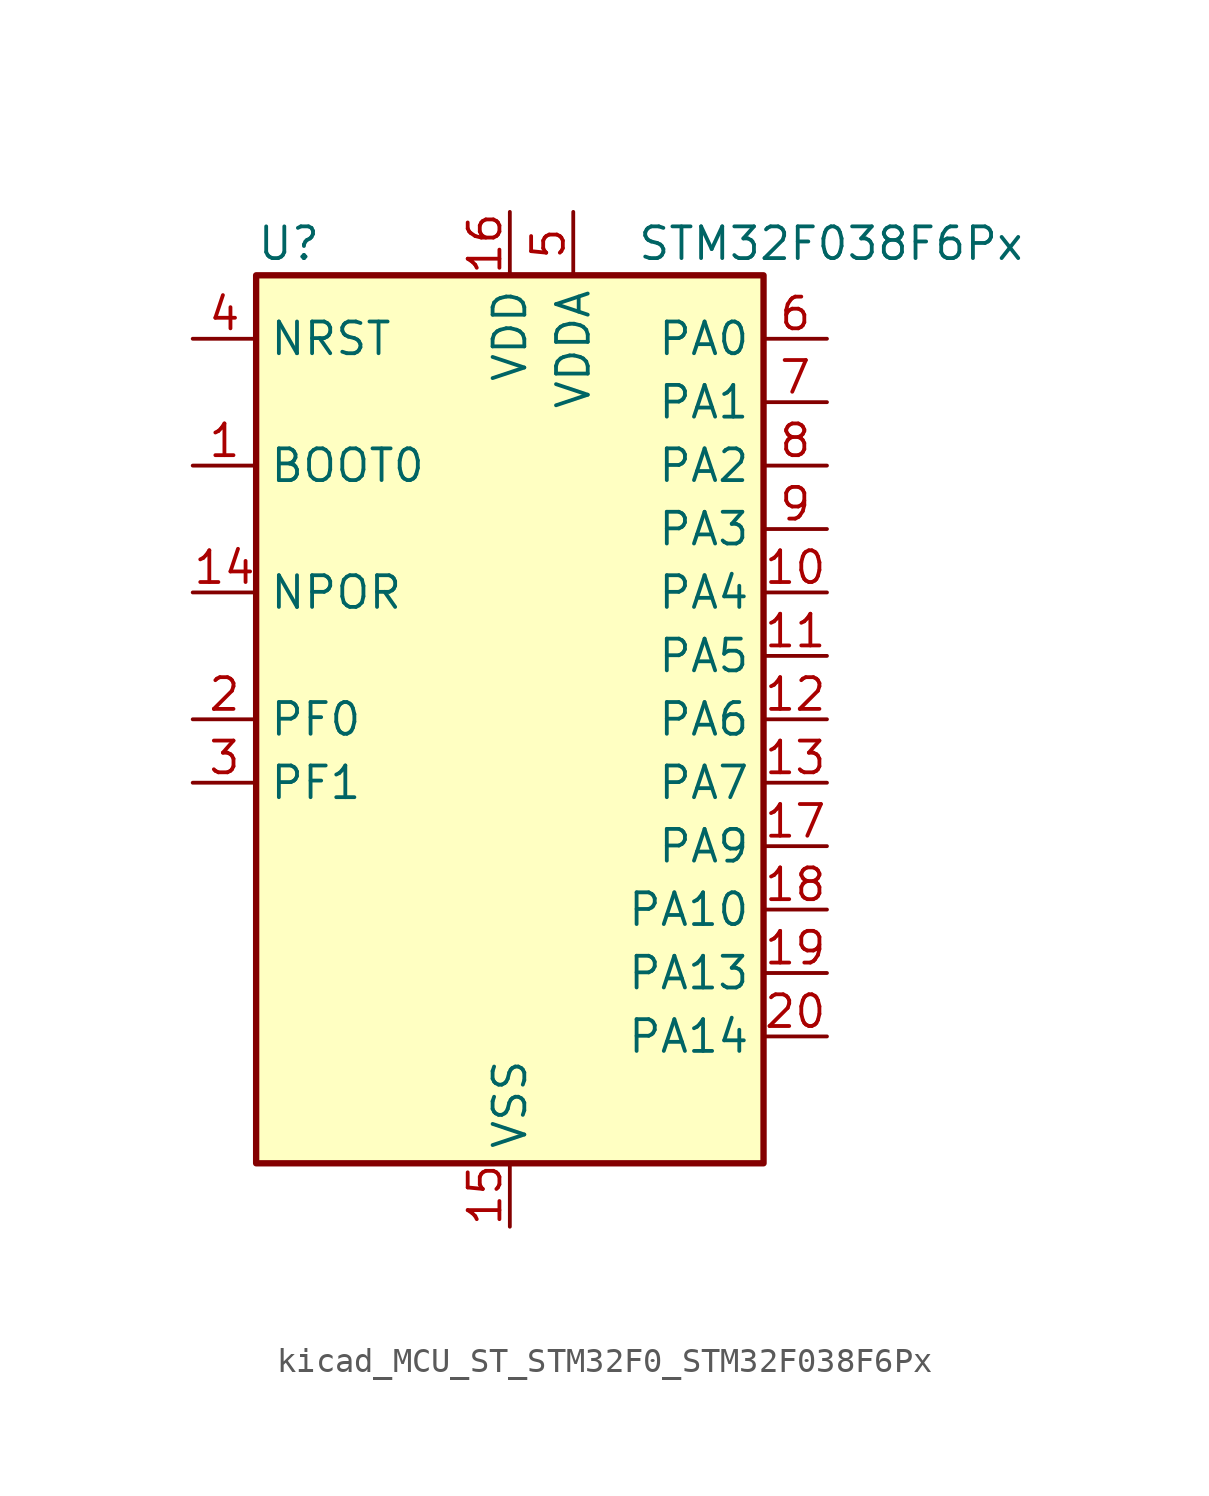
<source format=kicad_sym>
(kicad_symbol_lib
  (version 20220914)
  (generator kicad_symbol_editor)
  (symbol "kicad_MCU_ST_STM32F0_STM32F038F6Px"
    (property "Reference" "U"
      (at -10.16 19.05 0)
      (effects (font (size 1.27 1.27)) (justify left)))
    (property "Value" "STM32F038F6Px"
      (at 5.08 19.05 0)
      (effects (font (size 1.27 1.27)) (justify left)))
    (property "ki_locked" ""
      (at 0 0 0)
      (effects (font (size 1.27 1.27))))
    (symbol "kicad_MCU_ST_STM32F0_STM32F038F6Px_0_1"
      (rectangle (start -10.16 -17.78) (end 10.16 17.78) (stroke (width 0.254) (type default)) (fill (type background))))
    (symbol "kicad_MCU_ST_STM32F0_STM32F038F6Px_1_1"
      (pin input line (at -12.7 10.16 0) (length 2.54) (name "BOOT0" (effects (font (size 1.27 1.27)))) (number "1" (effects (font (size 1.27 1.27)))))
      (pin bidirectional line (at 12.7 5.08 180) (length 2.54) (name "PA4" (effects (font (size 1.27 1.27)))) (number "10" (effects (font (size 1.27 1.27)))) (alternate "ADC_IN4" bidirectional line) (alternate "I2S1_WS" bidirectional line) (alternate "SPI1_NSS" bidirectional line) (alternate "TIM14_CH1" bidirectional line) (alternate "USART1_CK" bidirectional line))
      (pin bidirectional line (at 12.7 2.54 180) (length 2.54) (name "PA5" (effects (font (size 1.27 1.27)))) (number "11" (effects (font (size 1.27 1.27)))) (alternate "ADC_IN5" bidirectional line) (alternate "I2S1_CK" bidirectional line) (alternate "SPI1_SCK" bidirectional line) (alternate "TIM2_CH1" bidirectional line) (alternate "TIM2_ETR" bidirectional line))
      (pin bidirectional line (at 12.7 0 180) (length 2.54) (name "PA6" (effects (font (size 1.27 1.27)))) (number "12" (effects (font (size 1.27 1.27)))) (alternate "ADC_IN6" bidirectional line) (alternate "I2S1_MCK" bidirectional line) (alternate "SPI1_MISO" bidirectional line) (alternate "TIM16_CH1" bidirectional line) (alternate "TIM1_BKIN" bidirectional line) (alternate "TIM3_CH1" bidirectional line))
      (pin bidirectional line (at 12.7 -2.54 180) (length 2.54) (name "PA7" (effects (font (size 1.27 1.27)))) (number "13" (effects (font (size 1.27 1.27)))) (alternate "ADC_IN7" bidirectional line) (alternate "I2S1_SD" bidirectional line) (alternate "SPI1_MOSI" bidirectional line) (alternate "TIM14_CH1" bidirectional line) (alternate "TIM17_CH1" bidirectional line) (alternate "TIM1_CH1N" bidirectional line) (alternate "TIM3_CH2" bidirectional line))
      (pin input line (at -12.7 5.08 0) (length 2.54) (name "NPOR" (effects (font (size 1.27 1.27)))) (number "14" (effects (font (size 1.27 1.27)))))
      (pin power_in line (at 0 -20.32 90) (length 2.54) (name "VSS" (effects (font (size 1.27 1.27)))) (number "15" (effects (font (size 1.27 1.27)))))
      (pin power_in line (at 0 20.32 270) (length 2.54) (name "VDD" (effects (font (size 1.27 1.27)))) (number "16" (effects (font (size 1.27 1.27)))))
      (pin bidirectional line (at 12.7 -5.08 180) (length 2.54) (name "PA9" (effects (font (size 1.27 1.27)))) (number "17" (effects (font (size 1.27 1.27)))) (alternate "I2C1_SCL" bidirectional line) (alternate "TIM1_CH2" bidirectional line) (alternate "USART1_TX" bidirectional line))
      (pin bidirectional line (at 12.7 -7.62 180) (length 2.54) (name "PA10" (effects (font (size 1.27 1.27)))) (number "18" (effects (font (size 1.27 1.27)))) (alternate "I2C1_SDA" bidirectional line) (alternate "TIM17_BKIN" bidirectional line) (alternate "TIM1_CH3" bidirectional line) (alternate "USART1_RX" bidirectional line))
      (pin bidirectional line (at 12.7 -10.16 180) (length 2.54) (name "PA13" (effects (font (size 1.27 1.27)))) (number "19" (effects (font (size 1.27 1.27)))) (alternate "IR_OUT" bidirectional line) (alternate "SYS_SWDIO" bidirectional line))
      (pin bidirectional line (at -12.7 0 0) (length 2.54) (name "PF0" (effects (font (size 1.27 1.27)))) (number "2" (effects (font (size 1.27 1.27)))) (alternate "RCC_OSC_IN" bidirectional line))
      (pin bidirectional line (at 12.7 -12.7 180) (length 2.54) (name "PA14" (effects (font (size 1.27 1.27)))) (number "20" (effects (font (size 1.27 1.27)))) (alternate "SYS_SWCLK" bidirectional line) (alternate "USART1_TX" bidirectional line))
      (pin bidirectional line (at -12.7 -2.54 0) (length 2.54) (name "PF1" (effects (font (size 1.27 1.27)))) (number "3" (effects (font (size 1.27 1.27)))) (alternate "RCC_OSC_OUT" bidirectional line))
      (pin input line (at -12.7 15.24 0) (length 2.54) (name "NRST" (effects (font (size 1.27 1.27)))) (number "4" (effects (font (size 1.27 1.27)))))
      (pin power_in line (at 2.54 20.32 270) (length 2.54) (name "VDDA" (effects (font (size 1.27 1.27)))) (number "5" (effects (font (size 1.27 1.27)))))
      (pin bidirectional line (at 12.7 15.24 180) (length 2.54) (name "PA0" (effects (font (size 1.27 1.27)))) (number "6" (effects (font (size 1.27 1.27)))) (alternate "ADC_IN0" bidirectional line) (alternate "RTC_TAMP2" bidirectional line) (alternate "SYS_WKUP1" bidirectional line) (alternate "TIM2_CH1" bidirectional line) (alternate "TIM2_ETR" bidirectional line) (alternate "USART1_CTS" bidirectional line))
      (pin bidirectional line (at 12.7 12.7 180) (length 2.54) (name "PA1" (effects (font (size 1.27 1.27)))) (number "7" (effects (font (size 1.27 1.27)))) (alternate "ADC_IN1" bidirectional line) (alternate "TIM2_CH2" bidirectional line) (alternate "USART1_DE" bidirectional line) (alternate "USART1_RTS" bidirectional line))
      (pin bidirectional line (at 12.7 10.16 180) (length 2.54) (name "PA2" (effects (font (size 1.27 1.27)))) (number "8" (effects (font (size 1.27 1.27)))) (alternate "ADC_IN2" bidirectional line) (alternate "TIM2_CH3" bidirectional line) (alternate "USART1_TX" bidirectional line))
      (pin bidirectional line (at 12.7 7.62 180) (length 2.54) (name "PA3" (effects (font (size 1.27 1.27)))) (number "9" (effects (font (size 1.27 1.27)))) (alternate "ADC_IN3" bidirectional line) (alternate "TIM2_CH4" bidirectional line) (alternate "USART1_RX" bidirectional line)))))
</source>
